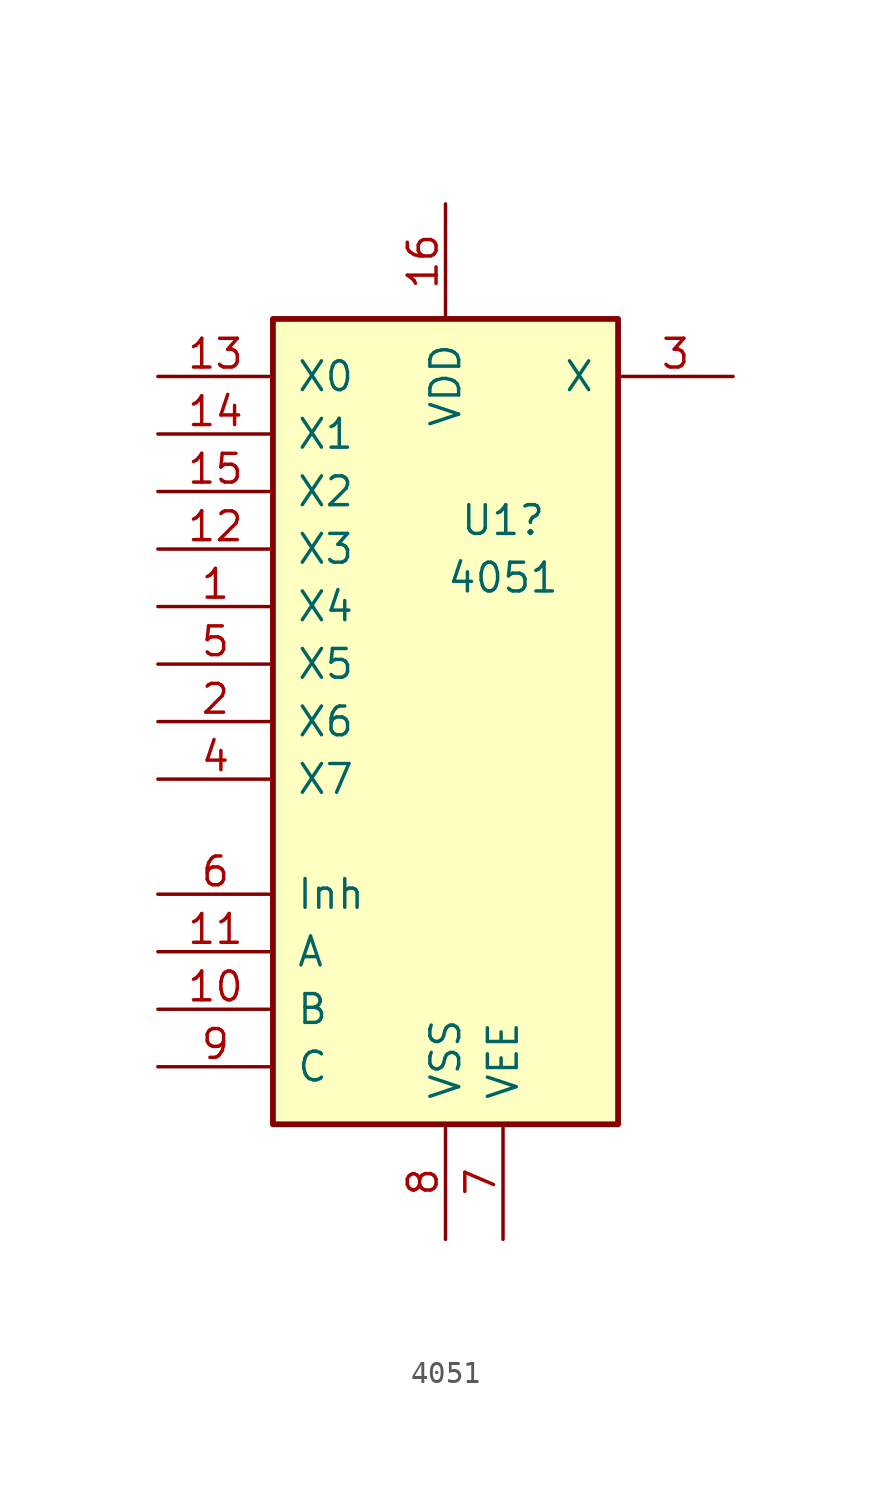
<source format=kicad_sym>
(kicad_symbol_lib
  (version 20241209)
  (generator "kicad_symbol_editor")
  (generator_version "9.0")
  (symbol "4051"
    (pin_names
      (offset 1.016))
    (property "Reference" "U1"
      (at 2.54 8.89 0)
      (effects (font (size 1.27 1.27))))
    (property "Value" "4051"
      (at 2.54 6.35 0)
      (effects (font (size 1.27 1.27))))
    (property "Description" ""
      (at 0 0 0)
      (effects (font (size 1.27 1.27))))
    (property "ki_locked" ""
      (at 0 0 0)
      (effects (font (size 1.27 1.27))))
    (symbol "4051_1_0"
      (pin passive line (at -12.7 15.24 0) (length 5.08) (name "X0" (effects (font (size 1.27 1.27)))) (number "13" (effects (font (size 1.27 1.27)))))
      (pin passive line (at -12.7 12.7 0) (length 5.08) (name "X1" (effects (font (size 1.27 1.27)))) (number "14" (effects (font (size 1.27 1.27)))))
      (pin passive line (at -12.7 10.16 0) (length 5.08) (name "X2" (effects (font (size 1.27 1.27)))) (number "15" (effects (font (size 1.27 1.27)))))
      (pin passive line (at -12.7 7.62 0) (length 5.08) (name "X3" (effects (font (size 1.27 1.27)))) (number "12" (effects (font (size 1.27 1.27)))))
      (pin passive line (at -12.7 5.08 0) (length 5.08) (name "X4" (effects (font (size 1.27 1.27)))) (number "1" (effects (font (size 1.27 1.27)))))
      (pin passive line (at -12.7 2.54 0) (length 5.08) (name "X5" (effects (font (size 1.27 1.27)))) (number "5" (effects (font (size 1.27 1.27)))))
      (pin passive line (at -12.7 0 0) (length 5.08) (name "X6" (effects (font (size 1.27 1.27)))) (number "2" (effects (font (size 1.27 1.27)))))
      (pin passive line (at -12.7 -2.54 0) (length 5.08) (name "X7" (effects (font (size 1.27 1.27)))) (number "4" (effects (font (size 1.27 1.27)))))
      (pin input line (at -12.7 -7.62 0) (length 5.08) (name "Inh" (effects (font (size 1.27 1.27)))) (number "6" (effects (font (size 1.27 1.27)))))
      (pin input line (at -12.7 -10.16 0) (length 5.08) (name "A" (effects (font (size 1.27 1.27)))) (number "11" (effects (font (size 1.27 1.27)))))
      (pin input line (at -12.7 -12.7 0) (length 5.08) (name "B" (effects (font (size 1.27 1.27)))) (number "10" (effects (font (size 1.27 1.27)))))
      (pin input line (at -12.7 -15.24 0) (length 5.08) (name "C" (effects (font (size 1.27 1.27)))) (number "9" (effects (font (size 1.27 1.27)))))
      (pin power_in line (at 0 22.86 270) (length 5.08) (name "VDD" (effects (font (size 1.27 1.27)))) (number "16" (effects (font (size 1.27 1.27)))))
      (pin power_in line (at 0 -22.86 90) (length 5.08) (name "VSS" (effects (font (size 1.27 1.27)))) (number "8" (effects (font (size 1.27 1.27)))))
      (pin power_in line (at 2.54 -22.86 90) (length 5.08) (name "VEE" (effects (font (size 1.27 1.27)))) (number "7" (effects (font (size 1.27 1.27)))))
      (pin passive line (at 12.7 15.24 180) (length 5.08) (name "X" (effects (font (size 1.27 1.27)))) (number "3" (effects (font (size 1.27 1.27))))))
    (symbol "4051_1_1"
      (rectangle (start -7.62 17.78) (end 7.62 -17.78) (stroke (width 0.254) (type default)) (fill (type background))))))
</source>
